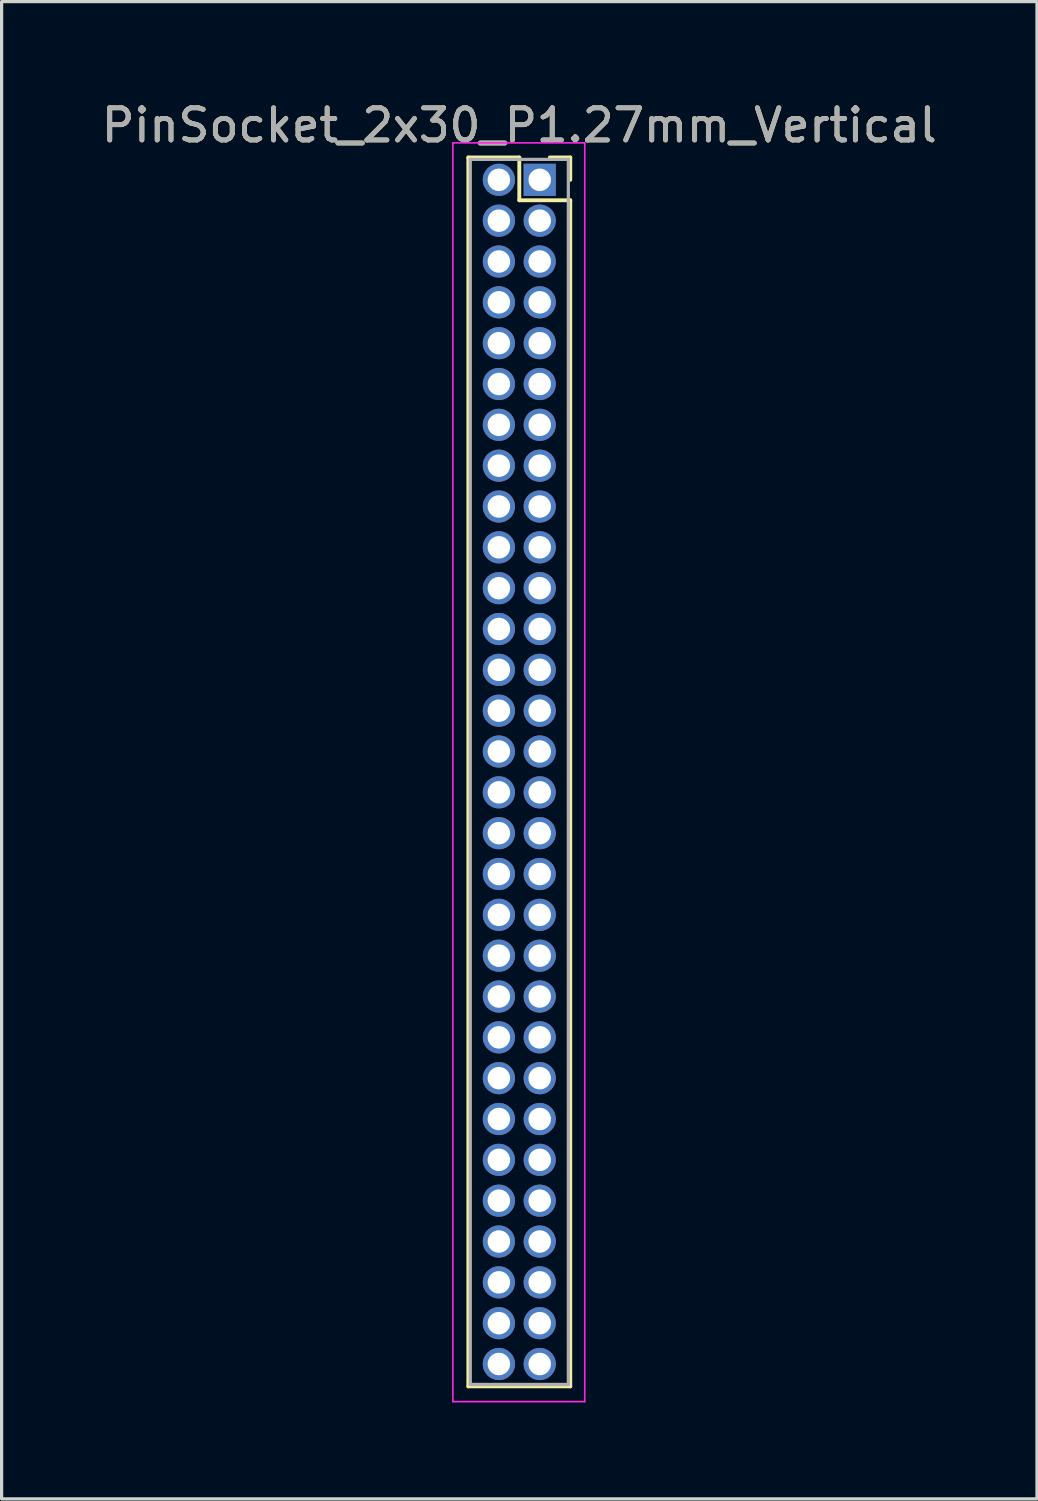
<source format=kicad_pcb>
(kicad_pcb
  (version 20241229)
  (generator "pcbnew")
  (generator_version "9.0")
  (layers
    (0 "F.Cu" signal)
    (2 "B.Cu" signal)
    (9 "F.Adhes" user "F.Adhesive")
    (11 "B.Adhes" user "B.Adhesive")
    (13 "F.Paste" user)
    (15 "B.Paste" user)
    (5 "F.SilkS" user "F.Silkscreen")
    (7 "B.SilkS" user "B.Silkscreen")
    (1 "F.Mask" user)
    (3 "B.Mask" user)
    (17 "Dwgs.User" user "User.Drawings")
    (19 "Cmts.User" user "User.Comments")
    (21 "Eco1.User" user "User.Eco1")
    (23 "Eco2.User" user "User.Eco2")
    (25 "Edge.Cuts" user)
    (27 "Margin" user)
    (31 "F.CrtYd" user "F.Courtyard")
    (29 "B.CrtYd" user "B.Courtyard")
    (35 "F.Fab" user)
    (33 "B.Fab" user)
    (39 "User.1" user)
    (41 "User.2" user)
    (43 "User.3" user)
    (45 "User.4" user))
  (footprint "PinSocket_2x30_P1.27mm_Vertical"
    (layer "F.Cu")
    (at 13.736 2.543)
    (property "Reference" "PinSocket_2x30_P1.27mm_Vertical" (at -0.635 -1.695 0) (layer "F.SilkS") (effects (font (size 1 1) (thickness 0.15))))
    (attr through_hole)
    (fp_line (start -2.22 -0.695) (end -0.635 -0.695) (stroke (width 0.12) (type solid)) (layer "F.SilkS"))
    (fp_line (start -2.22 37.525) (end -2.22 -0.695) (stroke (width 0.12) (type solid)) (layer "F.SilkS"))
    (fp_line (start -0.635 -0.695) (end -0.635 0.635) (stroke (width 0.12) (type solid)) (layer "F.SilkS"))
    (fp_line (start -0.635 0.635) (end 0.95 0.635) (stroke (width 0.12) (type solid)) (layer "F.SilkS"))
    (fp_line (start 0.95 -0.695) (end 0.315 -0.695) (stroke (width 0.12) (type solid)) (layer "F.SilkS"))
    (fp_line (start 0.95 0) (end 0.95 -0.695) (stroke (width 0.12) (type solid)) (layer "F.SilkS"))
    (fp_line (start 0.95 0.635) (end 0.95 37.525) (stroke (width 0.12) (type solid)) (layer "F.SilkS"))
    (fp_line (start 0.95 37.525) (end -2.22 37.525) (stroke (width 0.12) (type solid)) (layer "F.SilkS"))
    (fp_line (start -2.7 -1.15) (end -2.7 38) (stroke (width 0.05) (type solid)) (layer "F.CrtYd"))
    (fp_line (start -2.7 38) (end 1.4 38) (stroke (width 0.05) (type solid)) (layer "F.CrtYd"))
    (fp_line (start 1.4 -1.15) (end -2.7 -1.15) (stroke (width 0.05) (type solid)) (layer "F.CrtYd"))
    (fp_line (start 1.4 38) (end 1.4 -1.15) (stroke (width 0.05) (type solid)) (layer "F.CrtYd"))
    (fp_line (start -2.16 -0.635) (end -2.16 37.465) (stroke (width 0.1) (type solid)) (layer "F.Fab"))
    (fp_line (start -2.16 37.465) (end 0.89 37.465) (stroke (width 0.1) (type solid)) (layer "F.Fab"))
    (fp_line (start 0.89 -0.635) (end -2.16 -0.635) (stroke (width 0.1) (type solid)) (layer "F.Fab"))
    (fp_line (start 0.89 37.465) (end 0.89 -0.635) (stroke (width 0.1) (type solid)) (layer "F.Fab"))
    (fp_text user "${REFERENCE}" (at -0.635 -1.695 0) (layer "F.Fab") (effects (font (size 1 1) (thickness 0.15))))
    (pad "1" thru_hole rect (at 0 0) (size 1 1) (drill 0.7) (layers "*.Cu" "*.Mask"))
    (pad "2" thru_hole oval (at -1.27 0) (size 1 1) (drill 0.7) (layers "*.Cu" "*.Mask"))
    (pad "3" thru_hole oval (at 0 1.27) (size 1 1) (drill 0.7) (layers "*.Cu" "*.Mask"))
    (pad "4" thru_hole oval (at -1.27 1.27) (size 1 1) (drill 0.7) (layers "*.Cu" "*.Mask"))
    (pad "5" thru_hole oval (at 0 2.54) (size 1 1) (drill 0.7) (layers "*.Cu" "*.Mask"))
    (pad "6" thru_hole oval (at -1.27 2.54) (size 1 1) (drill 0.7) (layers "*.Cu" "*.Mask"))
    (pad "7" thru_hole oval (at 0 3.81) (size 1 1) (drill 0.7) (layers "*.Cu" "*.Mask"))
    (pad "8" thru_hole oval (at -1.27 3.81) (size 1 1) (drill 0.7) (layers "*.Cu" "*.Mask"))
    (pad "9" thru_hole oval (at 0 5.08) (size 1 1) (drill 0.7) (layers "*.Cu" "*.Mask"))
    (pad "10" thru_hole oval (at -1.27 5.08) (size 1 1) (drill 0.7) (layers "*.Cu" "*.Mask"))
    (pad "11" thru_hole oval (at 0 6.35) (size 1 1) (drill 0.7) (layers "*.Cu" "*.Mask"))
    (pad "12" thru_hole oval (at -1.27 6.35) (size 1 1) (drill 0.7) (layers "*.Cu" "*.Mask"))
    (pad "13" thru_hole oval (at 0 7.62) (size 1 1) (drill 0.7) (layers "*.Cu" "*.Mask"))
    (pad "14" thru_hole oval (at -1.27 7.62) (size 1 1) (drill 0.7) (layers "*.Cu" "*.Mask"))
    (pad "15" thru_hole oval (at 0 8.89) (size 1 1) (drill 0.7) (layers "*.Cu" "*.Mask"))
    (pad "16" thru_hole oval (at -1.27 8.89) (size 1 1) (drill 0.7) (layers "*.Cu" "*.Mask"))
    (pad "17" thru_hole oval (at 0 10.16) (size 1 1) (drill 0.7) (layers "*.Cu" "*.Mask"))
    (pad "18" thru_hole oval (at -1.27 10.16) (size 1 1) (drill 0.7) (layers "*.Cu" "*.Mask"))
    (pad "19" thru_hole oval (at 0 11.43) (size 1 1) (drill 0.7) (layers "*.Cu" "*.Mask"))
    (pad "20" thru_hole oval (at -1.27 11.43) (size 1 1) (drill 0.7) (layers "*.Cu" "*.Mask"))
    (pad "21" thru_hole oval (at 0 12.7) (size 1 1) (drill 0.7) (layers "*.Cu" "*.Mask"))
    (pad "22" thru_hole oval (at -1.27 12.7) (size 1 1) (drill 0.7) (layers "*.Cu" "*.Mask"))
    (pad "23" thru_hole oval (at 0 13.97) (size 1 1) (drill 0.7) (layers "*.Cu" "*.Mask"))
    (pad "24" thru_hole oval (at -1.27 13.97) (size 1 1) (drill 0.7) (layers "*.Cu" "*.Mask"))
    (pad "25" thru_hole oval (at 0 15.24) (size 1 1) (drill 0.7) (layers "*.Cu" "*.Mask"))
    (pad "26" thru_hole oval (at -1.27 15.24) (size 1 1) (drill 0.7) (layers "*.Cu" "*.Mask"))
    (pad "27" thru_hole oval (at 0 16.51) (size 1 1) (drill 0.7) (layers "*.Cu" "*.Mask"))
    (pad "28" thru_hole oval (at -1.27 16.51) (size 1 1) (drill 0.7) (layers "*.Cu" "*.Mask"))
    (pad "29" thru_hole oval (at 0 17.78) (size 1 1) (drill 0.7) (layers "*.Cu" "*.Mask"))
    (pad "30" thru_hole oval (at -1.27 17.78) (size 1 1) (drill 0.7) (layers "*.Cu" "*.Mask"))
    (pad "31" thru_hole oval (at 0 19.05) (size 1 1) (drill 0.7) (layers "*.Cu" "*.Mask"))
    (pad "32" thru_hole oval (at -1.27 19.05) (size 1 1) (drill 0.7) (layers "*.Cu" "*.Mask"))
    (pad "33" thru_hole oval (at 0 20.32) (size 1 1) (drill 0.7) (layers "*.Cu" "*.Mask"))
    (pad "34" thru_hole oval (at -1.27 20.32) (size 1 1) (drill 0.7) (layers "*.Cu" "*.Mask"))
    (pad "35" thru_hole oval (at 0 21.59) (size 1 1) (drill 0.7) (layers "*.Cu" "*.Mask"))
    (pad "36" thru_hole oval (at -1.27 21.59) (size 1 1) (drill 0.7) (layers "*.Cu" "*.Mask"))
    (pad "37" thru_hole oval (at 0 22.86) (size 1 1) (drill 0.7) (layers "*.Cu" "*.Mask"))
    (pad "38" thru_hole oval (at -1.27 22.86) (size 1 1) (drill 0.7) (layers "*.Cu" "*.Mask"))
    (pad "39" thru_hole oval (at 0 24.13) (size 1 1) (drill 0.7) (layers "*.Cu" "*.Mask"))
    (pad "40" thru_hole oval (at -1.27 24.13) (size 1 1) (drill 0.7) (layers "*.Cu" "*.Mask"))
    (pad "41" thru_hole oval (at 0 25.4) (size 1 1) (drill 0.7) (layers "*.Cu" "*.Mask"))
    (pad "42" thru_hole oval (at -1.27 25.4) (size 1 1) (drill 0.7) (layers "*.Cu" "*.Mask"))
    (pad "43" thru_hole oval (at 0 26.67) (size 1 1) (drill 0.7) (layers "*.Cu" "*.Mask"))
    (pad "44" thru_hole oval (at -1.27 26.67) (size 1 1) (drill 0.7) (layers "*.Cu" "*.Mask"))
    (pad "45" thru_hole oval (at 0 27.94) (size 1 1) (drill 0.7) (layers "*.Cu" "*.Mask"))
    (pad "46" thru_hole oval (at -1.27 27.94) (size 1 1) (drill 0.7) (layers "*.Cu" "*.Mask"))
    (pad "47" thru_hole oval (at 0 29.21) (size 1 1) (drill 0.7) (layers "*.Cu" "*.Mask"))
    (pad "48" thru_hole oval (at -1.27 29.21) (size 1 1) (drill 0.7) (layers "*.Cu" "*.Mask"))
    (pad "49" thru_hole oval (at 0 30.48) (size 1 1) (drill 0.7) (layers "*.Cu" "*.Mask"))
    (pad "50" thru_hole oval (at -1.27 30.48) (size 1 1) (drill 0.7) (layers "*.Cu" "*.Mask"))
    (pad "51" thru_hole oval (at 0 31.75) (size 1 1) (drill 0.7) (layers "*.Cu" "*.Mask"))
    (pad "52" thru_hole oval (at -1.27 31.75) (size 1 1) (drill 0.7) (layers "*.Cu" "*.Mask"))
    (pad "53" thru_hole oval (at 0 33.02) (size 1 1) (drill 0.7) (layers "*.Cu" "*.Mask"))
    (pad "54" thru_hole oval (at -1.27 33.02) (size 1 1) (drill 0.7) (layers "*.Cu" "*.Mask"))
    (pad "55" thru_hole oval (at 0 34.29) (size 1 1) (drill 0.7) (layers "*.Cu" "*.Mask"))
    (pad "56" thru_hole oval (at -1.27 34.29) (size 1 1) (drill 0.7) (layers "*.Cu" "*.Mask"))
    (pad "57" thru_hole oval (at 0 35.56) (size 1 1) (drill 0.7) (layers "*.Cu" "*.Mask"))
    (pad "58" thru_hole oval (at -1.27 35.56) (size 1 1) (drill 0.7) (layers "*.Cu" "*.Mask"))
    (pad "59" thru_hole oval (at 0 36.83) (size 1 1) (drill 0.7) (layers "*.Cu" "*.Mask"))
    (pad "60" thru_hole oval (at -1.27 36.83) (size 1 1) (drill 0.7) (layers "*.Cu" "*.Mask")))
  (gr_rect
    (start -3 -3)
    (end 29.202 43.568)
    (stroke (width 0.1) (type default))
    (fill no)
    (layer "Edge.Cuts")))
</source>
